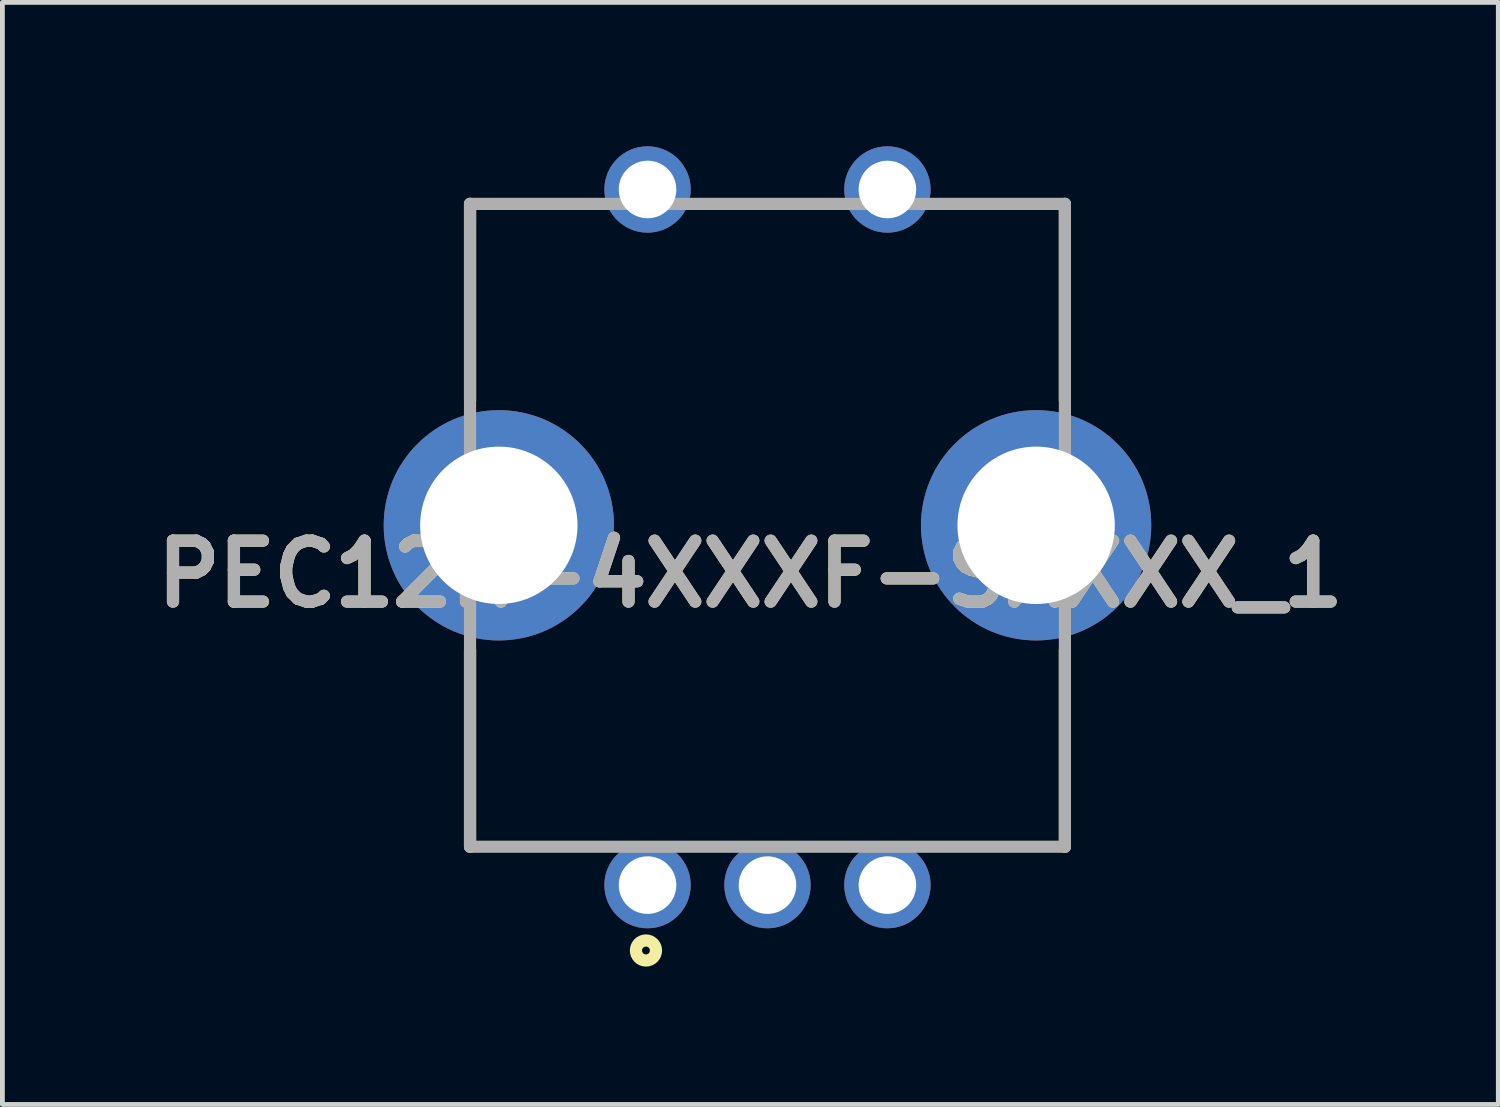
<source format=kicad_pcb>
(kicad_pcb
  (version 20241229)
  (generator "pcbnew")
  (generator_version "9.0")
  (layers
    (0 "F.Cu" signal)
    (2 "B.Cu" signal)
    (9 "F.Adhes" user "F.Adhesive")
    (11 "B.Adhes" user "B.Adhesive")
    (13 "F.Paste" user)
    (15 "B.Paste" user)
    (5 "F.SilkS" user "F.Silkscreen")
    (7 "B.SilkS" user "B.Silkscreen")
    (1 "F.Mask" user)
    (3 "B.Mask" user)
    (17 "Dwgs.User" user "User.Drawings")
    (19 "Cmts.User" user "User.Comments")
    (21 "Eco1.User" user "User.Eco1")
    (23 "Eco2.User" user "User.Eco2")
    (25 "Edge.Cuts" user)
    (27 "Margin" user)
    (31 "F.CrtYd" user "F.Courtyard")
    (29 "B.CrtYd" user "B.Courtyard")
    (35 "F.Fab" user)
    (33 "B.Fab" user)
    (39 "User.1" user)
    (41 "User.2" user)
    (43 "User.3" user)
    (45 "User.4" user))
  (footprint "PEC12R-4XXXF-SXXXX_1"
    (layer "F.Cu")
    (at 12.948 7.9)
    (property "Reference" "PEC12R-4XXXF-SXXXX_1" (at -0.357 1.016 0) (layer "F.SilkS") (effects (font (size 1.27 1.27) (thickness 0.254))))
    (attr through_hole)
    (fp_line (start -6.2 -6.7) (end -6.2 -2.6) (stroke (width 0.254) (type solid)) (layer "F.SilkS"))
    (fp_line (start -6.2 6.7) (end -6.2 2.6) (stroke (width 0.254) (type solid)) (layer "F.SilkS"))
    (fp_line (start 6.2 -6.7) (end 6.2 -2.6) (stroke (width 0.254) (type solid)) (layer "F.SilkS"))
    (fp_line (start 6.2 6.7) (end 6.2 2.6) (stroke (width 0.254) (type solid)) (layer "F.SilkS"))
    (fp_circle (center -2.533 8.863) (end -2.533 8.945) (stroke (width 0.254) (type solid)) (fill no) (layer "F.SilkS"))
    (fp_line (start -6.2 -6.7) (end 6.2 -6.7) (stroke (width 0.254) (type solid)) (layer "F.Fab"))
    (fp_line (start -6.2 6.7) (end -6.2 -6.7) (stroke (width 0.254) (type solid)) (layer "F.Fab"))
    (fp_line (start 6.2 -6.7) (end 6.2 6.7) (stroke (width 0.254) (type solid)) (layer "F.Fab"))
    (fp_line (start 6.2 6.7) (end -6.2 6.7) (stroke (width 0.254) (type solid)) (layer "F.Fab"))
    (fp_text user "${REFERENCE}" (at -0.357 1.016 0) (layer "F.Fab") (effects (font (size 1.27 1.27) (thickness 0.254))))
    (pad "1" thru_hole circle (at -2.5 7.5) (size 1.8 1.8) (drill 1.2) (layers "*.Cu" "*.Mask"))
    (pad "2" thru_hole circle (at 2.5 7.5) (size 1.8 1.8) (drill 1.2) (layers "*.Cu" "*.Mask"))
    (pad "3" thru_hole circle (at 0 7.5) (size 1.8 1.8) (drill 1.2) (layers "*.Cu" "*.Mask"))
    (pad "4" thru_hole circle (at -2.5 -7) (size 1.8 1.8) (drill 1.2) (layers "*.Cu" "*.Mask"))
    (pad "5" thru_hole circle (at 2.5 -7) (size 1.8 1.8) (drill 1.2) (layers "*.Cu" "*.Mask"))
    (pad "6" thru_hole circle (at 5.6 0) (size 4.8 4.8) (drill 3.28) (layers "*.Cu" "*.Mask"))
    (pad "7" thru_hole circle (at -5.6 0) (size 4.8 4.8) (drill 3.28) (layers "*.Cu" "*.Mask")))
  (gr_rect
    (start -3 -3)
    (end 28.182 19.972)
    (stroke (width 0.1) (type default))
    (fill no)
    (layer "Edge.Cuts")))
</source>
